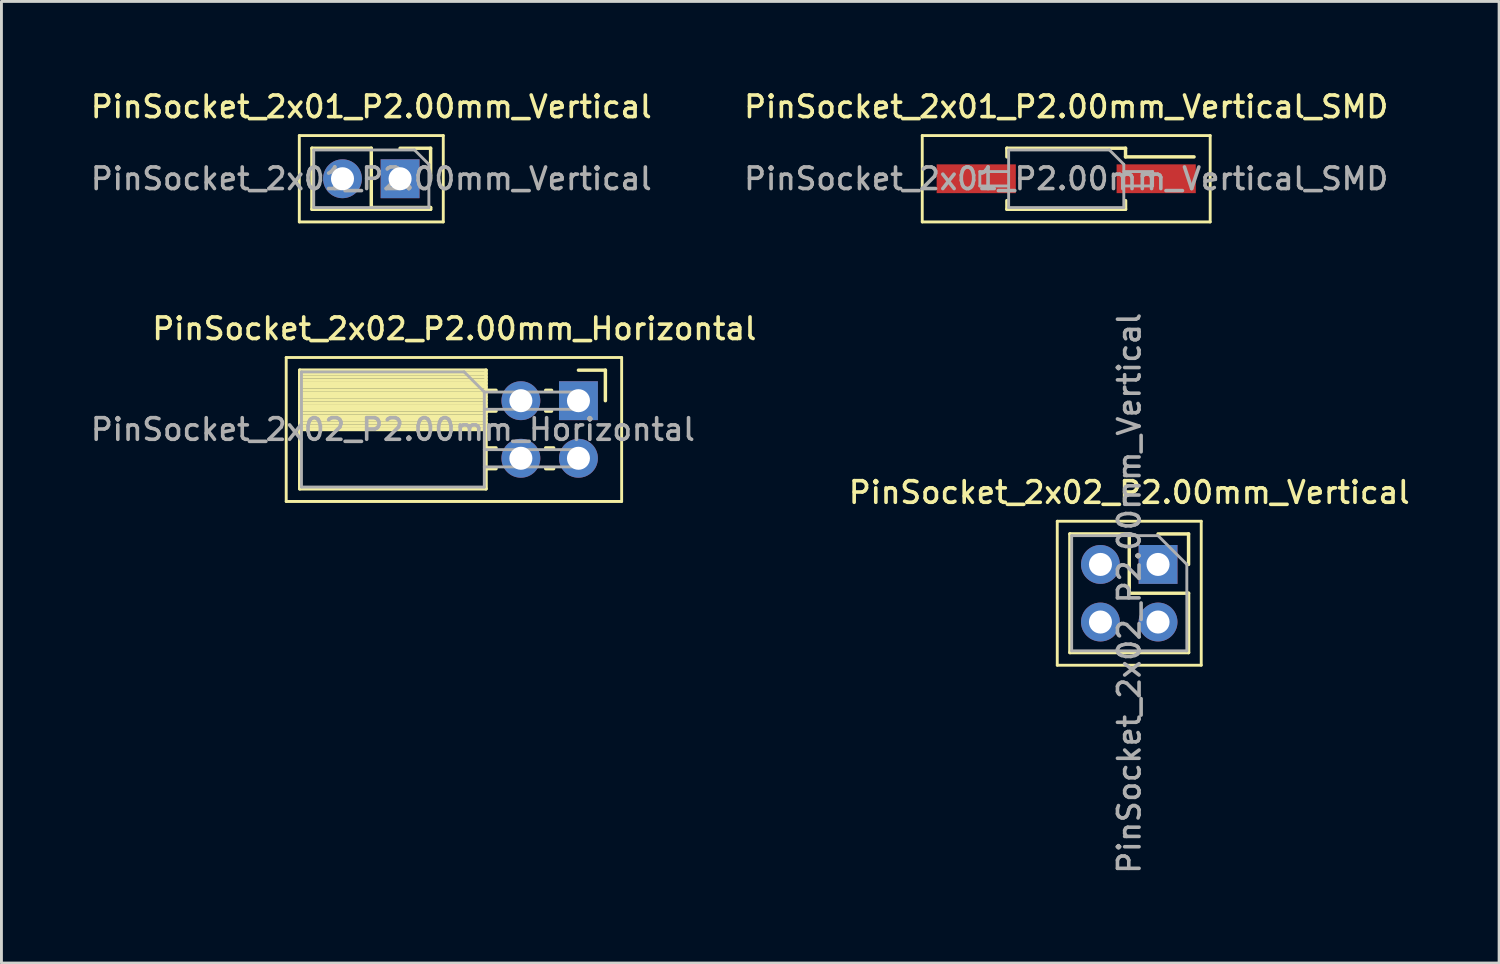
<source format=kicad_pcb>
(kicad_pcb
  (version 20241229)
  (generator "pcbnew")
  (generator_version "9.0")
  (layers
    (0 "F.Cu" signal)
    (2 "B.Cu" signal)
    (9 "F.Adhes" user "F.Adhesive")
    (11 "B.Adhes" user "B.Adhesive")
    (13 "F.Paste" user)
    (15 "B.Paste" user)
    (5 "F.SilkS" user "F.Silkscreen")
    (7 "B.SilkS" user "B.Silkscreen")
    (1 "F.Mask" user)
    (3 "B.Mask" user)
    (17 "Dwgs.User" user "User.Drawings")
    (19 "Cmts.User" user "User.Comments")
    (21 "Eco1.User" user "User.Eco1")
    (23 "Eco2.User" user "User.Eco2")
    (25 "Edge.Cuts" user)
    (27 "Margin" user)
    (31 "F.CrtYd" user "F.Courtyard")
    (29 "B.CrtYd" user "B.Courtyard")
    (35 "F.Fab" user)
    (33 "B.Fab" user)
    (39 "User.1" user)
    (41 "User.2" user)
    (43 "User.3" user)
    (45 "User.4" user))
  (footprint "PinSocket_2x01_P2.00mm_Vertical_SMD"
    (layer "F.Cu")
    (at 33.98 3.158)
    (property "Reference" "PinSocket_2x01_P2.00mm_Vertical_SMD" (at 0 -2.5 0) (layer "F.SilkS") (effects (font (size 0.75 0.75) (thickness 0.125))))
    (attr smd)
    (fp_line (start -5 -1.5) (end 5 -1.5) (stroke (width 0.1) (type solid)) (layer "F.SilkS"))
    (fp_line (start -5 1.5) (end -5 -1.5) (stroke (width 0.1) (type solid)) (layer "F.SilkS"))
    (fp_line (start -2.06 -1.06) (end -2.06 -0.76) (stroke (width 0.12) (type solid)) (layer "F.SilkS"))
    (fp_line (start -2.06 -1.06) (end 2.06 -1.06) (stroke (width 0.12) (type solid)) (layer "F.SilkS"))
    (fp_line (start -2.06 0.76) (end -2.06 1.06) (stroke (width 0.12) (type solid)) (layer "F.SilkS"))
    (fp_line (start -2.06 1.06) (end 2.06 1.06) (stroke (width 0.12) (type solid)) (layer "F.SilkS"))
    (fp_line (start 2.06 -1.06) (end 2.06 -0.76) (stroke (width 0.12) (type solid)) (layer "F.SilkS"))
    (fp_line (start 2.06 -0.76) (end 4.44 -0.76) (stroke (width 0.12) (type solid)) (layer "F.SilkS"))
    (fp_line (start 2.06 0.76) (end 2.06 1.06) (stroke (width 0.12) (type solid)) (layer "F.SilkS"))
    (fp_line (start 5 -1.5) (end 5 1.5) (stroke (width 0.1) (type solid)) (layer "F.SilkS"))
    (fp_line (start 5 1.5) (end -5 1.5) (stroke (width 0.1) (type solid)) (layer "F.SilkS"))
    (fp_line (start -3 -0.25) (end -2 -0.25) (stroke (width 0.1) (type solid)) (layer "F.Fab"))
    (fp_line (start -3 0.25) (end -3 -0.25) (stroke (width 0.1) (type solid)) (layer "F.Fab"))
    (fp_line (start -2 -1) (end 1.5 -1) (stroke (width 0.1) (type solid)) (layer "F.Fab"))
    (fp_line (start -2 0.25) (end -3 0.25) (stroke (width 0.1) (type solid)) (layer "F.Fab"))
    (fp_line (start -2 1) (end -2 -1) (stroke (width 0.1) (type solid)) (layer "F.Fab"))
    (fp_line (start 1.5 -1) (end 2 -0.5) (stroke (width 0.1) (type solid)) (layer "F.Fab"))
    (fp_line (start 2 -0.5) (end 2 1) (stroke (width 0.1) (type solid)) (layer "F.Fab"))
    (fp_line (start 2 -0.25) (end 3 -0.25) (stroke (width 0.1) (type solid)) (layer "F.Fab"))
    (fp_line (start 2 1) (end -2 1) (stroke (width 0.1) (type solid)) (layer "F.Fab"))
    (fp_line (start 3 -0.25) (end 3 0.25) (stroke (width 0.1) (type solid)) (layer "F.Fab"))
    (fp_line (start 3 0.25) (end 2 0.25) (stroke (width 0.1) (type solid)) (layer "F.Fab"))
    (fp_text user "${REFERENCE}" (at 0 0 0) (layer "F.Fab") (effects (font (size 0.75 0.75) (thickness 0.125))))
    (pad "1" smd rect (at 3.125 0) (size 2.75 1) (layers "F.Cu" "F.Mask" "F.Paste"))
    (pad "2" smd rect (at -3.125 0) (size 2.75 1) (layers "F.Cu" "F.Mask" "F.Paste")))
  (footprint "PinSocket_2x01_P2.00mm_Vertical"
    (layer "F.Cu")
    (at 10.845 3.158)
    (property "Reference" "PinSocket_2x01_P2.00mm_Vertical" (at -1 -2.5 0) (layer "F.SilkS") (effects (font (size 0.75 0.75) (thickness 0.125))))
    (attr through_hole)
    (fp_line (start -3.5 -1.5) (end 1.5 -1.5) (stroke (width 0.1) (type solid)) (layer "F.SilkS"))
    (fp_line (start -3.5 1.5) (end -3.5 -1.5) (stroke (width 0.1) (type solid)) (layer "F.SilkS"))
    (fp_line (start -3.06 -1.06) (end -3.06 1.06) (stroke (width 0.12) (type solid)) (layer "F.SilkS"))
    (fp_line (start -3.06 -1.06) (end -1 -1.06) (stroke (width 0.12) (type solid)) (layer "F.SilkS"))
    (fp_line (start -3.06 1.06) (end 1.06 1.06) (stroke (width 0.12) (type solid)) (layer "F.SilkS"))
    (fp_line (start -1 -1.06) (end -1 1) (stroke (width 0.12) (type solid)) (layer "F.SilkS"))
    (fp_line (start -1 1) (end 1.06 1) (stroke (width 0.12) (type solid)) (layer "F.SilkS"))
    (fp_line (start 0 -1.06) (end 1.06 -1.06) (stroke (width 0.12) (type solid)) (layer "F.SilkS"))
    (fp_line (start 1.06 -1.06) (end 1.06 0) (stroke (width 0.12) (type solid)) (layer "F.SilkS"))
    (fp_line (start 1.06 1) (end 1.06 1.06) (stroke (width 0.12) (type solid)) (layer "F.SilkS"))
    (fp_line (start 1.5 -1.5) (end 1.5 1.5) (stroke (width 0.1) (type solid)) (layer "F.SilkS"))
    (fp_line (start 1.5 1.5) (end -3.5 1.5) (stroke (width 0.1) (type solid)) (layer "F.SilkS"))
    (fp_line (start -3 -1) (end 0.5 -1) (stroke (width 0.1) (type solid)) (layer "F.Fab"))
    (fp_line (start -3 1) (end -3 -1) (stroke (width 0.1) (type solid)) (layer "F.Fab"))
    (fp_line (start 0.5 -1) (end 1 -0.5) (stroke (width 0.1) (type solid)) (layer "F.Fab"))
    (fp_line (start 1 -0.5) (end 1 1) (stroke (width 0.1) (type solid)) (layer "F.Fab"))
    (fp_line (start 1 1) (end -3 1) (stroke (width 0.1) (type solid)) (layer "F.Fab"))
    (fp_text user "${REFERENCE}" (at -1 0 0) (layer "F.Fab") (effects (font (size 0.75 0.75) (thickness 0.125))))
    (pad "1" thru_hole rect (at 0 0) (size 1.35 1.35) (drill 0.8) (layers "*.Cu" "*.Mask"))
    (pad "2" thru_hole oval (at -2 0) (size 1.35 1.35) (drill 0.8) (layers "*.Cu" "*.Mask")))
  (footprint "PinSocket_2x02_P2.00mm_Horizontal"
    (layer "F.Cu")
    (at 17.04 10.866)
    (property "Reference" "PinSocket_2x02_P2.00mm_Horizontal" (at -4.31 -2.5 0) (layer "F.SilkS") (effects (font (size 0.75 0.75) (thickness 0.125))))
    (attr through_hole)
    (fp_line (start -10.15 -1.5) (end -10.15 3.5) (stroke (width 0.1) (type solid)) (layer "F.SilkS"))
    (fp_line (start -10.15 3.5) (end 1.5 3.5) (stroke (width 0.1) (type solid)) (layer "F.SilkS"))
    (fp_line (start -9.68 -1.06) (end -9.68 3.06) (stroke (width 0.12) (type solid)) (layer "F.SilkS"))
    (fp_line (start -9.68 -1.06) (end -3.21 -1.06) (stroke (width 0.12) (type solid)) (layer "F.SilkS"))
    (fp_line (start -9.68 -0.94) (end -3.21 -0.94) (stroke (width 0.12) (type solid)) (layer "F.SilkS"))
    (fp_line (start -9.68 -0.826) (end -3.21 -0.826) (stroke (width 0.12) (type solid)) (layer "F.SilkS"))
    (fp_line (start -9.68 -0.712) (end -3.21 -0.712) (stroke (width 0.12) (type solid)) (layer "F.SilkS"))
    (fp_line (start -9.68 -0.598) (end -3.21 -0.598) (stroke (width 0.12) (type solid)) (layer "F.SilkS"))
    (fp_line (start -9.68 -0.484) (end -3.21 -0.484) (stroke (width 0.12) (type solid)) (layer "F.SilkS"))
    (fp_line (start -9.68 -0.369) (end -3.21 -0.369) (stroke (width 0.12) (type solid)) (layer "F.SilkS"))
    (fp_line (start -9.68 -0.255) (end -3.21 -0.255) (stroke (width 0.12) (type solid)) (layer "F.SilkS"))
    (fp_line (start -9.68 -0.141) (end -3.21 -0.141) (stroke (width 0.12) (type solid)) (layer "F.SilkS"))
    (fp_line (start -9.68 -0.027) (end -3.21 -0.027) (stroke (width 0.12) (type solid)) (layer "F.SilkS"))
    (fp_line (start -9.68 0.087) (end -3.21 0.087) (stroke (width 0.12) (type solid)) (layer "F.SilkS"))
    (fp_line (start -9.68 0.201) (end -3.21 0.201) (stroke (width 0.12) (type solid)) (layer "F.SilkS"))
    (fp_line (start -9.68 0.315) (end -3.21 0.315) (stroke (width 0.12) (type solid)) (layer "F.SilkS"))
    (fp_line (start -9.68 0.429) (end -3.21 0.429) (stroke (width 0.12) (type solid)) (layer "F.SilkS"))
    (fp_line (start -9.68 0.544) (end -3.21 0.544) (stroke (width 0.12) (type solid)) (layer "F.SilkS"))
    (fp_line (start -9.68 0.658) (end -3.21 0.658) (stroke (width 0.12) (type solid)) (layer "F.SilkS"))
    (fp_line (start -9.68 0.772) (end -3.21 0.772) (stroke (width 0.12) (type solid)) (layer "F.SilkS"))
    (fp_line (start -9.68 0.886) (end -3.21 0.886) (stroke (width 0.12) (type solid)) (layer "F.SilkS"))
    (fp_line (start -9.68 1) (end -3.21 1) (stroke (width 0.12) (type solid)) (layer "F.SilkS"))
    (fp_line (start -9.68 3.06) (end -3.21 3.06) (stroke (width 0.12) (type solid)) (layer "F.SilkS"))
    (fp_line (start -3.21 -1.06) (end -3.21 3.06) (stroke (width 0.12) (type solid)) (layer "F.SilkS"))
    (fp_line (start -3.21 -0.36) (end -2.863 -0.36) (stroke (width 0.12) (type solid)) (layer "F.SilkS"))
    (fp_line (start -3.21 0.36) (end -2.863 0.36) (stroke (width 0.12) (type solid)) (layer "F.SilkS"))
    (fp_line (start -3.21 1.64) (end -2.863 1.64) (stroke (width 0.12) (type solid)) (layer "F.SilkS"))
    (fp_line (start -3.21 2.36) (end -2.863 2.36) (stroke (width 0.12) (type solid)) (layer "F.SilkS"))
    (fp_line (start -1.137 -0.36) (end -0.935 -0.36) (stroke (width 0.12) (type solid)) (layer "F.SilkS"))
    (fp_line (start -1.137 0.36) (end -0.935 0.36) (stroke (width 0.12) (type solid)) (layer "F.SilkS"))
    (fp_line (start -1.137 1.64) (end -0.863 1.64) (stroke (width 0.12) (type solid)) (layer "F.SilkS"))
    (fp_line (start -1.137 2.36) (end -0.863 2.36) (stroke (width 0.12) (type solid)) (layer "F.SilkS"))
    (fp_line (start 0 -1.06) (end 0.935 -1.06) (stroke (width 0.12) (type solid)) (layer "F.SilkS"))
    (fp_line (start 0.935 -1.06) (end 0.935 0) (stroke (width 0.12) (type solid)) (layer "F.SilkS"))
    (fp_line (start 1.5 -1.5) (end -10.15 -1.5) (stroke (width 0.1) (type solid)) (layer "F.SilkS"))
    (fp_line (start 1.5 3.5) (end 1.5 -1.5) (stroke (width 0.1) (type solid)) (layer "F.SilkS"))
    (fp_line (start -9.62 -1) (end -3.97 -1) (stroke (width 0.1) (type solid)) (layer "F.Fab"))
    (fp_line (start -9.62 3) (end -9.62 -1) (stroke (width 0.1) (type solid)) (layer "F.Fab"))
    (fp_line (start -3.97 -1) (end -3.27 -0.3) (stroke (width 0.1) (type solid)) (layer "F.Fab"))
    (fp_line (start -3.27 -0.3) (end -3.27 3) (stroke (width 0.1) (type solid)) (layer "F.Fab"))
    (fp_line (start -3.27 0.3) (end 0 0.3) (stroke (width 0.1) (type solid)) (layer "F.Fab"))
    (fp_line (start -3.27 2.3) (end 0 2.3) (stroke (width 0.1) (type solid)) (layer "F.Fab"))
    (fp_line (start -3.27 3) (end -9.62 3) (stroke (width 0.1) (type solid)) (layer "F.Fab"))
    (fp_line (start 0 -0.3) (end -3.27 -0.3) (stroke (width 0.1) (type solid)) (layer "F.Fab"))
    (fp_line (start 0 0.3) (end 0 -0.3) (stroke (width 0.1) (type solid)) (layer "F.Fab"))
    (fp_line (start 0 1.7) (end -3.27 1.7) (stroke (width 0.1) (type solid)) (layer "F.Fab"))
    (fp_line (start 0 2.3) (end 0 1.7) (stroke (width 0.1) (type solid)) (layer "F.Fab"))
    (fp_text user "${REFERENCE}" (at -6.445 1 0) (layer "F.Fab") (effects (font (size 0.75 0.75) (thickness 0.125))))
    (pad "1" thru_hole rect (at 0 0) (size 1.35 1.35) (drill 0.8) (layers "*.Cu" "*.Mask"))
    (pad "2" thru_hole oval (at -2 0) (size 1.35 1.35) (drill 0.8) (layers "*.Cu" "*.Mask"))
    (pad "3" thru_hole oval (at 0 2) (size 1.35 1.35) (drill 0.8) (layers "*.Cu" "*.Mask"))
    (pad "4" thru_hole oval (at -2 2) (size 1.35 1.35) (drill 0.8) (layers "*.Cu" "*.Mask")))
  (footprint "PinSocket_2x02_P2.00mm_Vertical"
    (layer "F.Cu")
    (at 37.169 16.553)
    (property "Reference" "PinSocket_2x02_P2.00mm_Vertical" (at -1 -2.5 0) (layer "F.SilkS") (effects (font (size 0.75 0.75) (thickness 0.125))))
    (attr through_hole)
    (fp_line (start -3.5 -1.5) (end 1.5 -1.5) (stroke (width 0.1) (type solid)) (layer "F.SilkS"))
    (fp_line (start -3.5 3.5) (end -3.5 -1.5) (stroke (width 0.1) (type solid)) (layer "F.SilkS"))
    (fp_line (start -3.06 -1.06) (end -3.06 3.06) (stroke (width 0.12) (type solid)) (layer "F.SilkS"))
    (fp_line (start -3.06 -1.06) (end -1 -1.06) (stroke (width 0.12) (type solid)) (layer "F.SilkS"))
    (fp_line (start -3.06 3.06) (end 1.06 3.06) (stroke (width 0.12) (type solid)) (layer "F.SilkS"))
    (fp_line (start -1 -1.06) (end -1 1) (stroke (width 0.12) (type solid)) (layer "F.SilkS"))
    (fp_line (start -1 1) (end 1.06 1) (stroke (width 0.12) (type solid)) (layer "F.SilkS"))
    (fp_line (start 0 -1.06) (end 1.06 -1.06) (stroke (width 0.12) (type solid)) (layer "F.SilkS"))
    (fp_line (start 1.06 -1.06) (end 1.06 0) (stroke (width 0.12) (type solid)) (layer "F.SilkS"))
    (fp_line (start 1.06 1) (end 1.06 3.06) (stroke (width 0.12) (type solid)) (layer "F.SilkS"))
    (fp_line (start 1.5 -1.5) (end 1.5 3.5) (stroke (width 0.1) (type solid)) (layer "F.SilkS"))
    (fp_line (start 1.5 3.5) (end -3.5 3.5) (stroke (width 0.1) (type solid)) (layer "F.SilkS"))
    (fp_line (start -3 -1) (end 0 -1) (stroke (width 0.1) (type solid)) (layer "F.Fab"))
    (fp_line (start -3 3) (end -3 -1) (stroke (width 0.1) (type solid)) (layer "F.Fab"))
    (fp_line (start 0 -1) (end 1 0) (stroke (width 0.1) (type solid)) (layer "F.Fab"))
    (fp_line (start 1 0) (end 1 3) (stroke (width 0.1) (type solid)) (layer "F.Fab"))
    (fp_line (start 1 3) (end -3 3) (stroke (width 0.1) (type solid)) (layer "F.Fab"))
    (fp_text user "${REFERENCE}" (at -1 1 90) (layer "F.Fab") (effects (font (size 0.75 0.75) (thickness 0.125))))
    (pad "1" thru_hole rect (at 0 0) (size 1.35 1.35) (drill 0.8) (layers "*.Cu" "*.Mask"))
    (pad "2" thru_hole oval (at -2 0) (size 1.35 1.35) (drill 0.8) (layers "*.Cu" "*.Mask"))
    (pad "3" thru_hole oval (at 0 2) (size 1.35 1.35) (drill 0.8) (layers "*.Cu" "*.Mask"))
    (pad "4" thru_hole oval (at -2 2) (size 1.35 1.35) (drill 0.8) (layers "*.Cu" "*.Mask")))
  (gr_rect
    (start -3 -3)
    (end 49.014 30.397)
    (stroke (width 0.1) (type default))
    (fill no)
    (layer "Edge.Cuts")))
</source>
